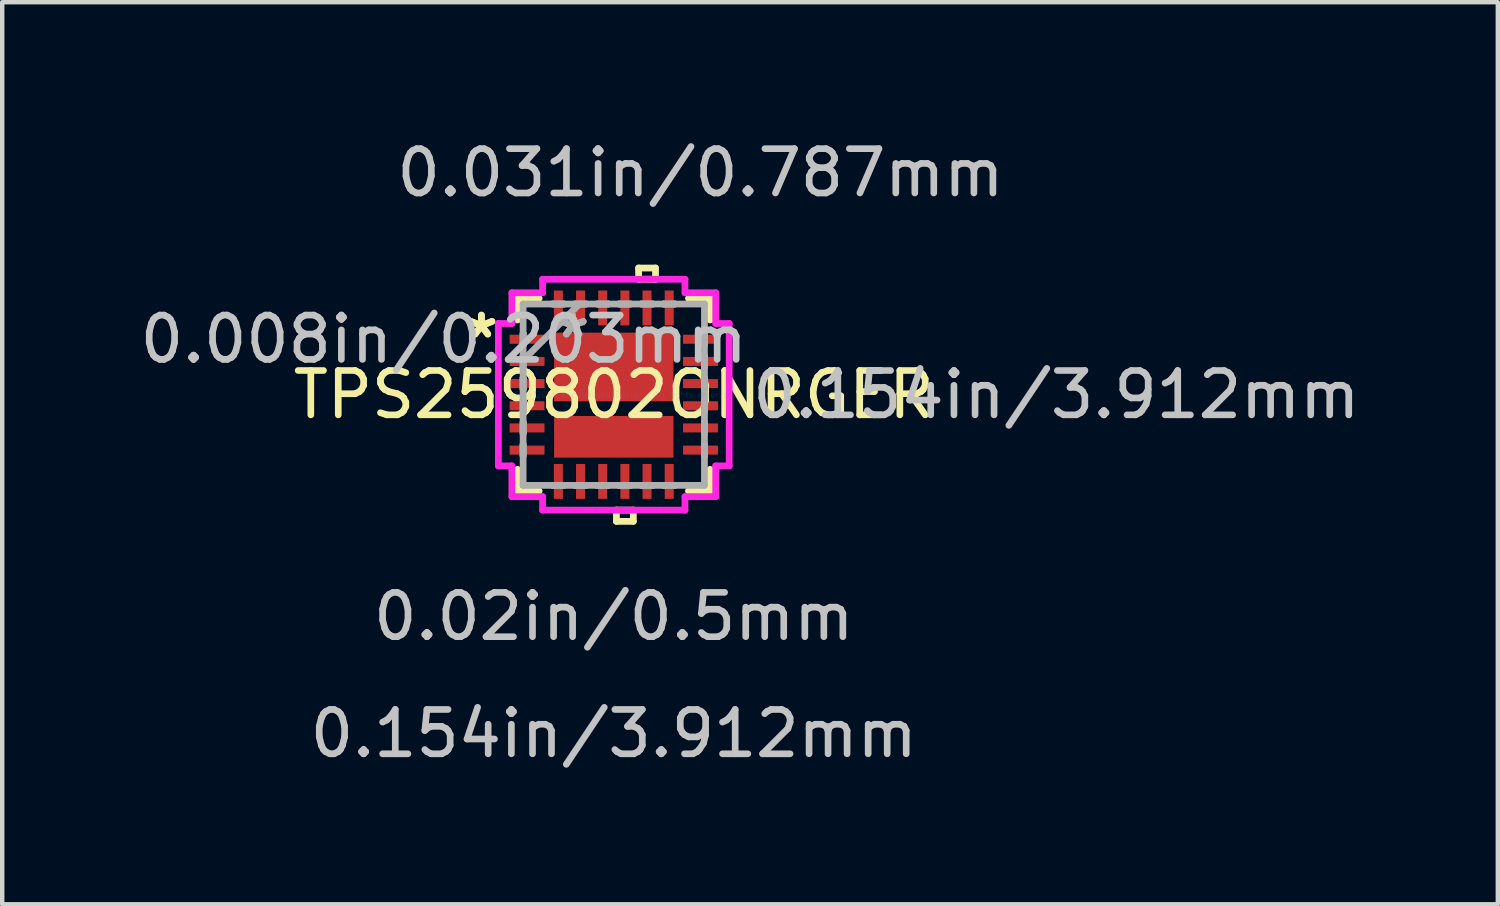
<source format=kicad_pcb>
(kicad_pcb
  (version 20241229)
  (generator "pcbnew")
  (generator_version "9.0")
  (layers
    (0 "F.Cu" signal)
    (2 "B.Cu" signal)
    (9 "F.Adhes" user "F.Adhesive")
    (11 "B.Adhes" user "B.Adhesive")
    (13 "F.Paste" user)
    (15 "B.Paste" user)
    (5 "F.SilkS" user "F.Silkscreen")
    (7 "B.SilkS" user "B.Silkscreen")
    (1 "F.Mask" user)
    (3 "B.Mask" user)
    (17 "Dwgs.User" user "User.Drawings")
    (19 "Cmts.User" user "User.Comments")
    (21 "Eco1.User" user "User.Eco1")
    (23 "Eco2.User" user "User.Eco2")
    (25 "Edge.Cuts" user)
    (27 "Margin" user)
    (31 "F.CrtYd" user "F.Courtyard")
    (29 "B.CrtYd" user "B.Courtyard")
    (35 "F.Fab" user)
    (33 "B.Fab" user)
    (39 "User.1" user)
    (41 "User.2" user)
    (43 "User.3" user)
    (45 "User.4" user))
  (footprint "TPS259802ONRGER"
    (layer "F.Cu")
    (at 10.794 5.852)
    (property "Reference" "TPS259802ONRGER" (at 0 0 0) (layer "F.SilkS") (effects (font (size 1 1) (thickness 0.15))))
    (attr through_hole)
    (fp_line (start -2.172 -2.172) (end -2.172 -1.684) (stroke (width 0.152) (type solid)) (layer "F.SilkS"))
    (fp_line (start -2.172 1.684) (end -2.172 2.172) (stroke (width 0.152) (type solid)) (layer "F.SilkS"))
    (fp_line (start -2.172 2.172) (end -1.684 2.172) (stroke (width 0.152) (type solid)) (layer "F.SilkS"))
    (fp_line (start -1.684 -2.172) (end -2.172 -2.172) (stroke (width 0.152) (type solid)) (layer "F.SilkS"))
    (fp_line (start 0.059 2.603) (end 0.059 2.857) (stroke (width 0.152) (type solid)) (layer "F.SilkS"))
    (fp_line (start 0.059 2.857) (end 0.441 2.857) (stroke (width 0.152) (type solid)) (layer "F.SilkS"))
    (fp_line (start 0.441 2.603) (end 0.059 2.603) (stroke (width 0.152) (type solid)) (layer "F.SilkS"))
    (fp_line (start 0.441 2.857) (end 0.441 2.603) (stroke (width 0.152) (type solid)) (layer "F.SilkS"))
    (fp_line (start 0.56 -2.857) (end 0.941 -2.857) (stroke (width 0.152) (type solid)) (layer "F.SilkS"))
    (fp_line (start 0.56 -2.603) (end 0.56 -2.857) (stroke (width 0.152) (type solid)) (layer "F.SilkS"))
    (fp_line (start 0.941 -2.857) (end 0.941 -2.603) (stroke (width 0.152) (type solid)) (layer "F.SilkS"))
    (fp_line (start 0.941 -2.603) (end 0.56 -2.603) (stroke (width 0.152) (type solid)) (layer "F.SilkS"))
    (fp_line (start 1.684 2.172) (end 2.172 2.172) (stroke (width 0.152) (type solid)) (layer "F.SilkS"))
    (fp_line (start 2.172 -2.172) (end 1.684 -2.172) (stroke (width 0.152) (type solid)) (layer "F.SilkS"))
    (fp_line (start 2.172 -1.684) (end 2.172 -2.172) (stroke (width 0.152) (type solid)) (layer "F.SilkS"))
    (fp_line (start 2.172 2.172) (end 2.172 1.684) (stroke (width 0.152) (type solid)) (layer "F.SilkS"))
    (fp_line (start -2.603 -1.606) (end -2.299 -1.606) (stroke (width 0.152) (type solid)) (layer "F.CrtYd"))
    (fp_line (start -2.603 1.606) (end -2.603 -1.606) (stroke (width 0.152) (type solid)) (layer "F.CrtYd"))
    (fp_line (start -2.299 -2.299) (end -1.606 -2.299) (stroke (width 0.152) (type solid)) (layer "F.CrtYd"))
    (fp_line (start -2.299 -1.606) (end -2.299 -2.299) (stroke (width 0.152) (type solid)) (layer "F.CrtYd"))
    (fp_line (start -2.299 1.606) (end -2.603 1.606) (stroke (width 0.152) (type solid)) (layer "F.CrtYd"))
    (fp_line (start -2.299 2.299) (end -2.299 1.606) (stroke (width 0.152) (type solid)) (layer "F.CrtYd"))
    (fp_line (start -1.606 -2.603) (end 1.606 -2.603) (stroke (width 0.152) (type solid)) (layer "F.CrtYd"))
    (fp_line (start -1.606 -2.299) (end -1.606 -2.603) (stroke (width 0.152) (type solid)) (layer "F.CrtYd"))
    (fp_line (start -1.606 2.299) (end -2.299 2.299) (stroke (width 0.152) (type solid)) (layer "F.CrtYd"))
    (fp_line (start -1.606 2.603) (end -1.606 2.299) (stroke (width 0.152) (type solid)) (layer "F.CrtYd"))
    (fp_line (start 1.606 -2.603) (end 1.606 -2.299) (stroke (width 0.152) (type solid)) (layer "F.CrtYd"))
    (fp_line (start 1.606 -2.299) (end 2.299 -2.299) (stroke (width 0.152) (type solid)) (layer "F.CrtYd"))
    (fp_line (start 1.606 2.299) (end 1.606 2.603) (stroke (width 0.152) (type solid)) (layer "F.CrtYd"))
    (fp_line (start 1.606 2.603) (end -1.606 2.603) (stroke (width 0.152) (type solid)) (layer "F.CrtYd"))
    (fp_line (start 2.299 -2.299) (end 2.299 -1.606) (stroke (width 0.152) (type solid)) (layer "F.CrtYd"))
    (fp_line (start 2.299 -1.606) (end 2.603 -1.606) (stroke (width 0.152) (type solid)) (layer "F.CrtYd"))
    (fp_line (start 2.299 1.606) (end 2.299 2.299) (stroke (width 0.152) (type solid)) (layer "F.CrtYd"))
    (fp_line (start 2.299 2.299) (end 1.606 2.299) (stroke (width 0.152) (type solid)) (layer "F.CrtYd"))
    (fp_line (start 2.603 -1.606) (end 2.603 1.606) (stroke (width 0.152) (type solid)) (layer "F.CrtYd"))
    (fp_line (start 2.603 1.606) (end 2.299 1.606) (stroke (width 0.152) (type solid)) (layer "F.CrtYd"))
    (fp_line (start -2.045 -2.045) (end -2.045 2.045) (stroke (width 0.152) (type solid)) (layer "F.Fab"))
    (fp_line (start -2.045 -1.377) (end -2.045 -1.377) (stroke (width 0.152) (type solid)) (layer "F.Fab"))
    (fp_line (start -2.045 -1.377) (end -2.045 -1.123) (stroke (width 0.152) (type solid)) (layer "F.Fab"))
    (fp_line (start -2.045 -1.123) (end -2.045 -1.377) (stroke (width 0.152) (type solid)) (layer "F.Fab"))
    (fp_line (start -2.045 -1.123) (end -2.045 -1.123) (stroke (width 0.152) (type solid)) (layer "F.Fab"))
    (fp_line (start -2.045 -0.877) (end -2.045 -0.877) (stroke (width 0.152) (type solid)) (layer "F.Fab"))
    (fp_line (start -2.045 -0.877) (end -2.045 -0.623) (stroke (width 0.152) (type solid)) (layer "F.Fab"))
    (fp_line (start -2.045 -0.775) (end -0.775 -2.045) (stroke (width 0.152) (type solid)) (layer "F.Fab"))
    (fp_line (start -2.045 -0.623) (end -2.045 -0.877) (stroke (width 0.152) (type solid)) (layer "F.Fab"))
    (fp_line (start -2.045 -0.623) (end -2.045 -0.623) (stroke (width 0.152) (type solid)) (layer "F.Fab"))
    (fp_line (start -2.045 -0.377) (end -2.045 -0.377) (stroke (width 0.152) (type solid)) (layer "F.Fab"))
    (fp_line (start -2.045 -0.377) (end -2.045 -0.123) (stroke (width 0.152) (type solid)) (layer "F.Fab"))
    (fp_line (start -2.045 -0.123) (end -2.045 -0.377) (stroke (width 0.152) (type solid)) (layer "F.Fab"))
    (fp_line (start -2.045 -0.123) (end -2.045 -0.123) (stroke (width 0.152) (type solid)) (layer "F.Fab"))
    (fp_line (start -2.045 0.123) (end -2.045 0.123) (stroke (width 0.152) (type solid)) (layer "F.Fab"))
    (fp_line (start -2.045 0.123) (end -2.045 0.377) (stroke (width 0.152) (type solid)) (layer "F.Fab"))
    (fp_line (start -2.045 0.377) (end -2.045 0.123) (stroke (width 0.152) (type solid)) (layer "F.Fab"))
    (fp_line (start -2.045 0.377) (end -2.045 0.377) (stroke (width 0.152) (type solid)) (layer "F.Fab"))
    (fp_line (start -2.045 0.623) (end -2.045 0.623) (stroke (width 0.152) (type solid)) (layer "F.Fab"))
    (fp_line (start -2.045 0.623) (end -2.045 0.877) (stroke (width 0.152) (type solid)) (layer "F.Fab"))
    (fp_line (start -2.045 0.877) (end -2.045 0.623) (stroke (width 0.152) (type solid)) (layer "F.Fab"))
    (fp_line (start -2.045 0.877) (end -2.045 0.877) (stroke (width 0.152) (type solid)) (layer "F.Fab"))
    (fp_line (start -2.045 1.123) (end -2.045 1.123) (stroke (width 0.152) (type solid)) (layer "F.Fab"))
    (fp_line (start -2.045 1.123) (end -2.045 1.377) (stroke (width 0.152) (type solid)) (layer "F.Fab"))
    (fp_line (start -2.045 1.377) (end -2.045 1.123) (stroke (width 0.152) (type solid)) (layer "F.Fab"))
    (fp_line (start -2.045 1.377) (end -2.045 1.377) (stroke (width 0.152) (type solid)) (layer "F.Fab"))
    (fp_line (start -2.045 2.045) (end 2.045 2.045) (stroke (width 0.152) (type solid)) (layer "F.Fab"))
    (fp_line (start -1.377 -2.045) (end -1.377 -2.045) (stroke (width 0.152) (type solid)) (layer "F.Fab"))
    (fp_line (start -1.377 -2.045) (end -1.123 -2.045) (stroke (width 0.152) (type solid)) (layer "F.Fab"))
    (fp_line (start -1.377 2.045) (end -1.377 2.045) (stroke (width 0.152) (type solid)) (layer "F.Fab"))
    (fp_line (start -1.377 2.045) (end -1.123 2.045) (stroke (width 0.152) (type solid)) (layer "F.Fab"))
    (fp_line (start -1.123 -2.045) (end -1.377 -2.045) (stroke (width 0.152) (type solid)) (layer "F.Fab"))
    (fp_line (start -1.123 -2.045) (end -1.123 -2.045) (stroke (width 0.152) (type solid)) (layer "F.Fab"))
    (fp_line (start -1.123 2.045) (end -1.377 2.045) (stroke (width 0.152) (type solid)) (layer "F.Fab"))
    (fp_line (start -1.123 2.045) (end -1.123 2.045) (stroke (width 0.152) (type solid)) (layer "F.Fab"))
    (fp_line (start -0.877 -2.045) (end -0.877 -2.045) (stroke (width 0.152) (type solid)) (layer "F.Fab"))
    (fp_line (start -0.877 -2.045) (end -0.623 -2.045) (stroke (width 0.152) (type solid)) (layer "F.Fab"))
    (fp_line (start -0.877 2.045) (end -0.877 2.045) (stroke (width 0.152) (type solid)) (layer "F.Fab"))
    (fp_line (start -0.877 2.045) (end -0.623 2.045) (stroke (width 0.152) (type solid)) (layer "F.Fab"))
    (fp_line (start -0.623 -2.045) (end -0.877 -2.045) (stroke (width 0.152) (type solid)) (layer "F.Fab"))
    (fp_line (start -0.623 -2.045) (end -0.623 -2.045) (stroke (width 0.152) (type solid)) (layer "F.Fab"))
    (fp_line (start -0.623 2.045) (end -0.877 2.045) (stroke (width 0.152) (type solid)) (layer "F.Fab"))
    (fp_line (start -0.623 2.045) (end -0.623 2.045) (stroke (width 0.152) (type solid)) (layer "F.Fab"))
    (fp_line (start -0.377 -2.045) (end -0.377 -2.045) (stroke (width 0.152) (type solid)) (layer "F.Fab"))
    (fp_line (start -0.377 -2.045) (end -0.123 -2.045) (stroke (width 0.152) (type solid)) (layer "F.Fab"))
    (fp_line (start -0.377 2.045) (end -0.377 2.045) (stroke (width 0.152) (type solid)) (layer "F.Fab"))
    (fp_line (start -0.377 2.045) (end -0.123 2.045) (stroke (width 0.152) (type solid)) (layer "F.Fab"))
    (fp_line (start -0.123 -2.045) (end -0.377 -2.045) (stroke (width 0.152) (type solid)) (layer "F.Fab"))
    (fp_line (start -0.123 -2.045) (end -0.123 -2.045) (stroke (width 0.152) (type solid)) (layer "F.Fab"))
    (fp_line (start -0.123 2.045) (end -0.377 2.045) (stroke (width 0.152) (type solid)) (layer "F.Fab"))
    (fp_line (start -0.123 2.045) (end -0.123 2.045) (stroke (width 0.152) (type solid)) (layer "F.Fab"))
    (fp_line (start 0.123 -2.045) (end 0.123 -2.045) (stroke (width 0.152) (type solid)) (layer "F.Fab"))
    (fp_line (start 0.123 -2.045) (end 0.377 -2.045) (stroke (width 0.152) (type solid)) (layer "F.Fab"))
    (fp_line (start 0.123 2.045) (end 0.123 2.045) (stroke (width 0.152) (type solid)) (layer "F.Fab"))
    (fp_line (start 0.123 2.045) (end 0.377 2.045) (stroke (width 0.152) (type solid)) (layer "F.Fab"))
    (fp_line (start 0.377 -2.045) (end 0.123 -2.045) (stroke (width 0.152) (type solid)) (layer "F.Fab"))
    (fp_line (start 0.377 -2.045) (end 0.377 -2.045) (stroke (width 0.152) (type solid)) (layer "F.Fab"))
    (fp_line (start 0.377 2.045) (end 0.123 2.045) (stroke (width 0.152) (type solid)) (layer "F.Fab"))
    (fp_line (start 0.377 2.045) (end 0.377 2.045) (stroke (width 0.152) (type solid)) (layer "F.Fab"))
    (fp_line (start 0.623 -2.045) (end 0.623 -2.045) (stroke (width 0.152) (type solid)) (layer "F.Fab"))
    (fp_line (start 0.623 -2.045) (end 0.877 -2.045) (stroke (width 0.152) (type solid)) (layer "F.Fab"))
    (fp_line (start 0.623 2.045) (end 0.623 2.045) (stroke (width 0.152) (type solid)) (layer "F.Fab"))
    (fp_line (start 0.623 2.045) (end 0.877 2.045) (stroke (width 0.152) (type solid)) (layer "F.Fab"))
    (fp_line (start 0.877 -2.045) (end 0.623 -2.045) (stroke (width 0.152) (type solid)) (layer "F.Fab"))
    (fp_line (start 0.877 -2.045) (end 0.877 -2.045) (stroke (width 0.152) (type solid)) (layer "F.Fab"))
    (fp_line (start 0.877 2.045) (end 0.623 2.045) (stroke (width 0.152) (type solid)) (layer "F.Fab"))
    (fp_line (start 0.877 2.045) (end 0.877 2.045) (stroke (width 0.152) (type solid)) (layer "F.Fab"))
    (fp_line (start 1.123 -2.045) (end 1.123 -2.045) (stroke (width 0.152) (type solid)) (layer "F.Fab"))
    (fp_line (start 1.123 -2.045) (end 1.377 -2.045) (stroke (width 0.152) (type solid)) (layer "F.Fab"))
    (fp_line (start 1.123 2.045) (end 1.123 2.045) (stroke (width 0.152) (type solid)) (layer "F.Fab"))
    (fp_line (start 1.123 2.045) (end 1.377 2.045) (stroke (width 0.152) (type solid)) (layer "F.Fab"))
    (fp_line (start 1.377 -2.045) (end 1.123 -2.045) (stroke (width 0.152) (type solid)) (layer "F.Fab"))
    (fp_line (start 1.377 -2.045) (end 1.377 -2.045) (stroke (width 0.152) (type solid)) (layer "F.Fab"))
    (fp_line (start 1.377 2.045) (end 1.123 2.045) (stroke (width 0.152) (type solid)) (layer "F.Fab"))
    (fp_line (start 1.377 2.045) (end 1.377 2.045) (stroke (width 0.152) (type solid)) (layer "F.Fab"))
    (fp_line (start 2.045 -2.045) (end -2.045 -2.045) (stroke (width 0.152) (type solid)) (layer "F.Fab"))
    (fp_line (start 2.045 -1.377) (end 2.045 -1.377) (stroke (width 0.152) (type solid)) (layer "F.Fab"))
    (fp_line (start 2.045 -1.377) (end 2.045 -1.123) (stroke (width 0.152) (type solid)) (layer "F.Fab"))
    (fp_line (start 2.045 -1.123) (end 2.045 -1.377) (stroke (width 0.152) (type solid)) (layer "F.Fab"))
    (fp_line (start 2.045 -1.123) (end 2.045 -1.123) (stroke (width 0.152) (type solid)) (layer "F.Fab"))
    (fp_line (start 2.045 -0.877) (end 2.045 -0.877) (stroke (width 0.152) (type solid)) (layer "F.Fab"))
    (fp_line (start 2.045 -0.877) (end 2.045 -0.623) (stroke (width 0.152) (type solid)) (layer "F.Fab"))
    (fp_line (start 2.045 -0.623) (end 2.045 -0.877) (stroke (width 0.152) (type solid)) (layer "F.Fab"))
    (fp_line (start 2.045 -0.623) (end 2.045 -0.623) (stroke (width 0.152) (type solid)) (layer "F.Fab"))
    (fp_line (start 2.045 -0.377) (end 2.045 -0.377) (stroke (width 0.152) (type solid)) (layer "F.Fab"))
    (fp_line (start 2.045 -0.377) (end 2.045 -0.123) (stroke (width 0.152) (type solid)) (layer "F.Fab"))
    (fp_line (start 2.045 -0.123) (end 2.045 -0.377) (stroke (width 0.152) (type solid)) (layer "F.Fab"))
    (fp_line (start 2.045 -0.123) (end 2.045 -0.123) (stroke (width 0.152) (type solid)) (layer "F.Fab"))
    (fp_line (start 2.045 0.123) (end 2.045 0.123) (stroke (width 0.152) (type solid)) (layer "F.Fab"))
    (fp_line (start 2.045 0.123) (end 2.045 0.377) (stroke (width 0.152) (type solid)) (layer "F.Fab"))
    (fp_line (start 2.045 0.377) (end 2.045 0.123) (stroke (width 0.152) (type solid)) (layer "F.Fab"))
    (fp_line (start 2.045 0.377) (end 2.045 0.377) (stroke (width 0.152) (type solid)) (layer "F.Fab"))
    (fp_line (start 2.045 0.623) (end 2.045 0.623) (stroke (width 0.152) (type solid)) (layer "F.Fab"))
    (fp_line (start 2.045 0.623) (end 2.045 0.877) (stroke (width 0.152) (type solid)) (layer "F.Fab"))
    (fp_line (start 2.045 0.877) (end 2.045 0.623) (stroke (width 0.152) (type solid)) (layer "F.Fab"))
    (fp_line (start 2.045 0.877) (end 2.045 0.877) (stroke (width 0.152) (type solid)) (layer "F.Fab"))
    (fp_line (start 2.045 1.123) (end 2.045 1.123) (stroke (width 0.152) (type solid)) (layer "F.Fab"))
    (fp_line (start 2.045 1.123) (end 2.045 1.377) (stroke (width 0.152) (type solid)) (layer "F.Fab"))
    (fp_line (start 2.045 1.377) (end 2.045 1.123) (stroke (width 0.152) (type solid)) (layer "F.Fab"))
    (fp_line (start 2.045 1.377) (end 2.045 1.377) (stroke (width 0.152) (type solid)) (layer "F.Fab"))
    (fp_line (start 2.045 2.045) (end 2.045 -2.045) (stroke (width 0.152) (type solid)) (layer "F.Fab"))
    (fp_text user "*" (at -2.985 -1.25 0) (layer "F.SilkS") (effects (font (size 1 1) (thickness 0.15))))
    (fp_text user "*" (at -2.985 -1.25 0) (layer "F.SilkS") (effects (font (size 1 1) (thickness 0.15))))
    (fp_text user "0.031in/0.787mm" (at 1.956 -5.004 0) (layer "Dwgs.User") (effects (font (size 1 1) (thickness 0.15))))
    (fp_text user "0.154in/3.912mm" (at 9.982 0 0) (layer "Dwgs.User") (effects (font (size 1 1) (thickness 0.15))))
    (fp_text user "0.008in/0.203mm" (at -3.835 -1.25 0) (layer "Dwgs.User") (effects (font (size 1 1) (thickness 0.15))))
    (fp_text user "0.154in/3.912mm" (at 0 7.645 0) (layer "Dwgs.User") (effects (font (size 1 1) (thickness 0.15))))
    (fp_text user "0.02in/0.5mm" (at 0 5.004 0) (layer "Dwgs.User") (effects (font (size 1 1) (thickness 0.15))))
    (fp_text user "Copyright 2016 Accelerated Designs. All rights reserved." (at 0 0 0) (layer "Cmts.User") (effects (font (size 0.127 0.127) (thickness 0.002))))
    (fp_text user "*" (at -0.927 -1.25 0) (layer "F.Fab") (effects (font (size 1 1) (thickness 0.15))))
    (fp_text user "*" (at -0.927 -1.25 0) (layer "F.Fab") (effects (font (size 1 1) (thickness 0.15))))
    (pad "1" smd rect (at -1.956 -1.25 90) (size 0.203 0.787) (layers "F.Cu" "F.Mask" "F.Paste"))
    (pad "2" smd rect (at -1.956 -0.75 90) (size 0.203 0.787) (layers "F.Cu" "F.Mask" "F.Paste"))
    (pad "3" smd rect (at -1.956 -0.25 90) (size 0.203 0.787) (layers "F.Cu" "F.Mask" "F.Paste"))
    (pad "4" smd rect (at -1.956 0.25 90) (size 0.203 0.787) (layers "F.Cu" "F.Mask" "F.Paste"))
    (pad "5" smd rect (at -1.956 0.75 90) (size 0.203 0.787) (layers "F.Cu" "F.Mask" "F.Paste"))
    (pad "6" smd rect (at -1.956 1.25 90) (size 0.203 0.787) (layers "F.Cu" "F.Mask" "F.Paste"))
    (pad "7" smd rect (at -1.25 1.956) (size 0.203 0.787) (layers "F.Cu" "F.Mask" "F.Paste"))
    (pad "8" smd rect (at -0.75 1.956) (size 0.203 0.787) (layers "F.Cu" "F.Mask" "F.Paste"))
    (pad "9" smd rect (at -0.25 1.956) (size 0.203 0.787) (layers "F.Cu" "F.Mask" "F.Paste"))
    (pad "10" smd rect (at 0.25 1.956) (size 0.203 0.787) (layers "F.Cu" "F.Mask" "F.Paste"))
    (pad "11" smd rect (at 0.75 1.956) (size 0.203 0.787) (layers "F.Cu" "F.Mask" "F.Paste"))
    (pad "12" smd rect (at 1.25 1.956) (size 0.203 0.787) (layers "F.Cu" "F.Mask" "F.Paste"))
    (pad "13" smd rect (at 1.956 1.25 90) (size 0.203 0.787) (layers "F.Cu" "F.Mask" "F.Paste"))
    (pad "14" smd rect (at 1.956 0.75 90) (size 0.203 0.787) (layers "F.Cu" "F.Mask" "F.Paste"))
    (pad "15" smd rect (at 1.956 0.25 90) (size 0.203 0.787) (layers "F.Cu" "F.Mask" "F.Paste"))
    (pad "16" smd rect (at 1.956 -0.25 90) (size 0.203 0.787) (layers "F.Cu" "F.Mask" "F.Paste"))
    (pad "17" smd rect (at 1.956 -0.75 90) (size 0.203 0.787) (layers "F.Cu" "F.Mask" "F.Paste"))
    (pad "18" smd rect (at 1.956 -1.25 90) (size 0.203 0.787) (layers "F.Cu" "F.Mask" "F.Paste"))
    (pad "19" smd rect (at 1.25 -1.956) (size 0.203 0.787) (layers "F.Cu" "F.Mask" "F.Paste"))
    (pad "20" smd rect (at 0.75 -1.956) (size 0.203 0.787) (layers "F.Cu" "F.Mask" "F.Paste"))
    (pad "21" smd rect (at 0.25 -1.956) (size 0.203 0.787) (layers "F.Cu" "F.Mask" "F.Paste"))
    (pad "22" smd rect (at -0.25 -1.956) (size 0.203 0.787) (layers "F.Cu" "F.Mask" "F.Paste"))
    (pad "23" smd rect (at -0.75 -1.956) (size 0.203 0.787) (layers "F.Cu" "F.Mask" "F.Paste"))
    (pad "24" smd rect (at -1.25 -1.956) (size 0.203 0.787) (layers "F.Cu" "F.Mask" "F.Paste"))
    (pad "25" smd rect (at 0 -0.625) (size 2.692 1.549) (layers "F.Cu" "F.Mask" "F.Paste"))
    (pad "26" smd rect (at 0 0.95) (size 2.692 0.94) (layers "F.Cu" "F.Mask" "F.Paste")))
  (gr_rect
    (start -3 -3)
    (end 30.734 17.346)
    (stroke (width 0.1) (type default))
    (fill no)
    (layer "Edge.Cuts")))
</source>
